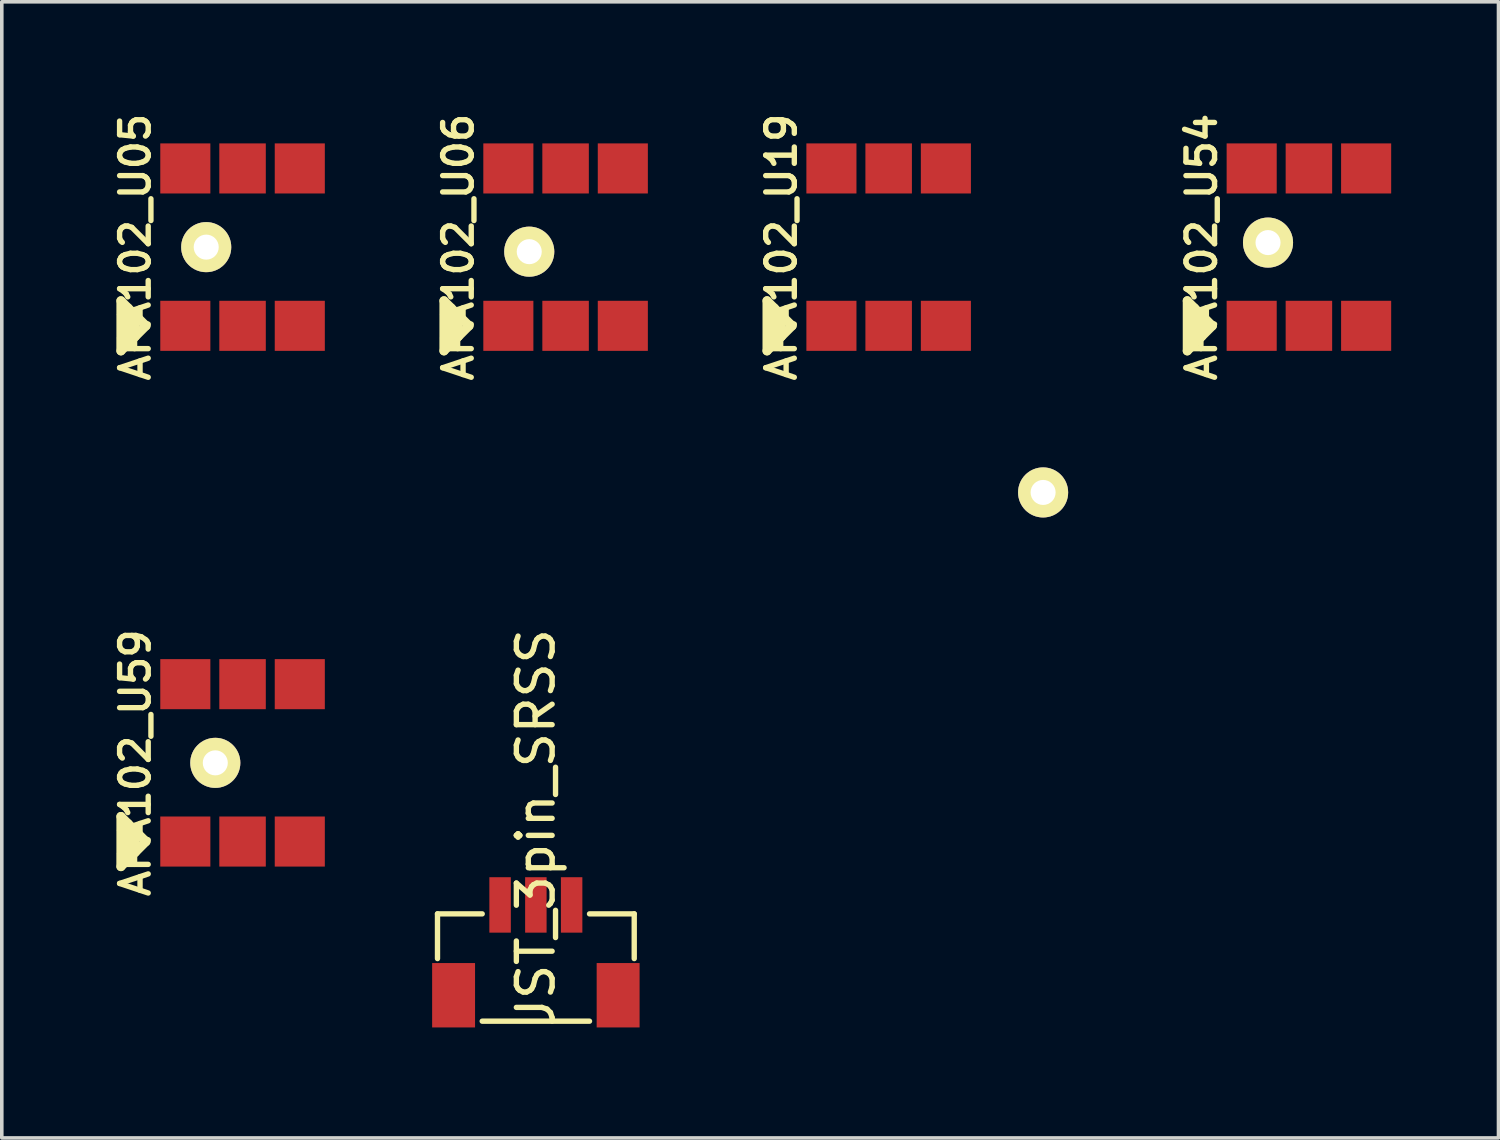
<source format=kicad_pcb>
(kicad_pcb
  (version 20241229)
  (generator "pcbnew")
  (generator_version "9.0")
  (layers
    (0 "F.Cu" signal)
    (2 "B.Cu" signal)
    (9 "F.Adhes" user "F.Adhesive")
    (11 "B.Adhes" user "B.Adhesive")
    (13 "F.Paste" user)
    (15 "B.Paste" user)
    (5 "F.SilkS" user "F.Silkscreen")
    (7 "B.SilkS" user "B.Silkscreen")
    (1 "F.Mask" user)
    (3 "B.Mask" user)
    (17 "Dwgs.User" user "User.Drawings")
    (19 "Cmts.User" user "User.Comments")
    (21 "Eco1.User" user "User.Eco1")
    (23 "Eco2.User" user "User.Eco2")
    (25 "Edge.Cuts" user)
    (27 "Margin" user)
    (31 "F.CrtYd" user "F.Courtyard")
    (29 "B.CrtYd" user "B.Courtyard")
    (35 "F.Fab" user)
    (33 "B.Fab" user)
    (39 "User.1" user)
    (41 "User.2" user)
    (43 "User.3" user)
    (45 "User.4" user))
  (footprint "APA102_U06"
    (layer "F.Cu")
    (at 12.762 3.859)
    (property "Reference" "APA102_U06" (at -3 0 90) (layer "F.SilkS") (effects (font (size 0.8 0.8) (thickness 0.15))))
    (attr through_hole)
    (fp_line (start -3.4 1.5) (end -3.4 2.9) (stroke (width 0.254) (type solid)) (layer "F.SilkS"))
    (fp_line (start -3.4 2.9) (end -2.7 2.2) (stroke (width 0.254) (type solid)) (layer "F.SilkS"))
    (fp_line (start -3.2 1.7) (end -3.2 2.7) (stroke (width 0.254) (type solid)) (layer "F.SilkS"))
    (fp_line (start -3 1.9) (end -3 2.5) (stroke (width 0.254) (type solid)) (layer "F.SilkS"))
    (fp_line (start -2.7 2.2) (end -3.4 1.5) (stroke (width 0.254) (type solid)) (layer "F.SilkS"))
    (pad "1" smd rect (at -1.6 2.2 90) (size 1.4 1.4) (layers "F.Cu" "F.Mask" "F.Paste"))
    (pad "2" smd rect (at 0 2.2 90) (size 1.4 1.3) (layers "F.Cu" "F.Mask" "F.Paste"))
    (pad "3" thru_hole circle (at -1.016 0.127) (size 1.4 1.4) (drill 0.7) (layers "*.Cu" "*.Mask" "F.SilkS"))
    (pad "3" smd rect (at 1.6 2.2 90) (size 1.4 1.4) (layers "F.Cu" "F.Mask" "F.Paste"))
    (pad "4" smd rect (at 1.6 -2.2 90) (size 1.4 1.4) (layers "F.Cu" "F.Mask" "F.Paste"))
    (pad "5" smd rect (at 0 -2.2 90) (size 1.4 1.3) (layers "F.Cu" "F.Mask" "F.Paste"))
    (pad "6" smd rect (at -1.6 -2.2 90) (size 1.4 1.4) (layers "F.Cu" "F.Mask" "F.Paste")))
  (footprint "APA102_U19"
    (layer "F.Cu")
    (at 21.794 3.859)
    (property "Reference" "APA102_U19" (at -3 0 90) (layer "F.SilkS") (effects (font (size 0.8 0.8) (thickness 0.15))))
    (attr through_hole)
    (fp_line (start -3.4 1.5) (end -3.4 2.9) (stroke (width 0.254) (type solid)) (layer "F.SilkS"))
    (fp_line (start -3.4 2.9) (end -2.7 2.2) (stroke (width 0.254) (type solid)) (layer "F.SilkS"))
    (fp_line (start -3.2 1.7) (end -3.2 2.7) (stroke (width 0.254) (type solid)) (layer "F.SilkS"))
    (fp_line (start -3 1.9) (end -3 2.5) (stroke (width 0.254) (type solid)) (layer "F.SilkS"))
    (fp_line (start -2.7 2.2) (end -3.4 1.5) (stroke (width 0.254) (type solid)) (layer "F.SilkS"))
    (pad "1" smd rect (at -1.6 2.2 90) (size 1.4 1.4) (layers "F.Cu" "F.Mask" "F.Paste"))
    (pad "2" smd rect (at 0 2.2 90) (size 1.4 1.3) (layers "F.Cu" "F.Mask" "F.Paste"))
    (pad "3" smd rect (at 1.6 2.2 90) (size 1.4 1.4) (layers "F.Cu" "F.Mask" "F.Paste"))
    (pad "3" thru_hole circle (at 4.318 6.858) (size 1.4 1.4) (drill 0.7) (layers "*.Cu" "*.Mask" "F.SilkS"))
    (pad "4" smd rect (at 1.6 -2.2 90) (size 1.4 1.4) (layers "F.Cu" "F.Mask" "F.Paste"))
    (pad "5" smd rect (at 0 -2.2 90) (size 1.4 1.3) (layers "F.Cu" "F.Mask" "F.Paste"))
    (pad "6" smd rect (at -1.6 -2.2 90) (size 1.4 1.4) (layers "F.Cu" "F.Mask" "F.Paste")))
  (footprint "JST_3pin_SRSS"
    (layer "F.Cu")
    (at 11.931 22.249)
    (property "Reference" "JST_3pin_SRSS" (at 0 -2.159 270) (layer "F.SilkS") (effects (font (size 1 1) (thickness 0.15))))
    (attr through_hole)
    (fp_line (start -2.75 0.25) (end -1.5 0.25) (stroke (width 0.15) (type solid)) (layer "F.SilkS"))
    (fp_line (start -2.75 1.5) (end -2.75 0.25) (stroke (width 0.15) (type solid)) (layer "F.SilkS"))
    (fp_line (start 1.5 0.25) (end 2.75 0.25) (stroke (width 0.15) (type solid)) (layer "F.SilkS"))
    (fp_line (start 1.5 3.25) (end -1.5 3.25) (stroke (width 0.15) (type solid)) (layer "F.SilkS"))
    (fp_line (start 2.75 0.25) (end 2.75 1.5) (stroke (width 0.15) (type solid)) (layer "F.SilkS"))
    (pad "1" smd rect (at -1 0) (size 0.6 1.55) (layers "F.Cu" "F.Mask" "F.Paste"))
    (pad "2" smd rect (at 0 0) (size 0.6 1.55) (layers "F.Cu" "F.Mask" "F.Paste"))
    (pad "3" smd rect (at 1 0) (size 0.6 1.55) (layers "F.Cu" "F.Mask" "F.Paste"))
    (pad "4" smd rect (at 2.3 2.525) (size 1.2 1.8) (layers "F.Cu" "F.Mask" "F.Paste"))
    (pad "5" smd rect (at -2.3 2.525) (size 1.2 1.8) (layers "F.Cu" "F.Mask" "F.Paste")))
  (footprint "APA102_U54"
    (layer "F.Cu")
    (at 33.543 3.859)
    (property "Reference" "APA102_U54" (at -3 0 90) (layer "F.SilkS") (effects (font (size 0.8 0.8) (thickness 0.15))))
    (attr through_hole)
    (fp_line (start -3.4 1.5) (end -3.4 2.9) (stroke (width 0.254) (type solid)) (layer "F.SilkS"))
    (fp_line (start -3.4 2.9) (end -2.7 2.2) (stroke (width 0.254) (type solid)) (layer "F.SilkS"))
    (fp_line (start -3.2 1.7) (end -3.2 2.7) (stroke (width 0.254) (type solid)) (layer "F.SilkS"))
    (fp_line (start -3 1.9) (end -3 2.5) (stroke (width 0.254) (type solid)) (layer "F.SilkS"))
    (fp_line (start -2.7 2.2) (end -3.4 1.5) (stroke (width 0.254) (type solid)) (layer "F.SilkS"))
    (pad "1" smd rect (at -1.6 2.2 90) (size 1.4 1.4) (layers "F.Cu" "F.Mask" "F.Paste"))
    (pad "2" smd rect (at 0 2.2 90) (size 1.4 1.3) (layers "F.Cu" "F.Mask" "F.Paste"))
    (pad "3" thru_hole circle (at -1.143 -0.127) (size 1.4 1.4) (drill 0.7) (layers "*.Cu" "*.Mask" "F.SilkS"))
    (pad "3" smd rect (at 1.6 2.2 90) (size 1.4 1.4) (layers "F.Cu" "F.Mask" "F.Paste"))
    (pad "4" smd rect (at 1.6 -2.2 90) (size 1.4 1.4) (layers "F.Cu" "F.Mask" "F.Paste"))
    (pad "5" smd rect (at 0 -2.2 90) (size 1.4 1.3) (layers "F.Cu" "F.Mask" "F.Paste"))
    (pad "6" smd rect (at -1.6 -2.2 90) (size 1.4 1.4) (layers "F.Cu" "F.Mask" "F.Paste")))
  (footprint "APA102_U05"
    (layer "F.Cu")
    (at 3.731 3.859)
    (property "Reference" "APA102_U05" (at -3 0 90) (layer "F.SilkS") (effects (font (size 0.8 0.8) (thickness 0.15))))
    (attr through_hole)
    (fp_line (start -3.4 1.5) (end -3.4 2.9) (stroke (width 0.254) (type solid)) (layer "F.SilkS"))
    (fp_line (start -3.4 2.9) (end -2.7 2.2) (stroke (width 0.254) (type solid)) (layer "F.SilkS"))
    (fp_line (start -3.2 1.7) (end -3.2 2.7) (stroke (width 0.254) (type solid)) (layer "F.SilkS"))
    (fp_line (start -3 1.9) (end -3 2.5) (stroke (width 0.254) (type solid)) (layer "F.SilkS"))
    (fp_line (start -2.7 2.2) (end -3.4 1.5) (stroke (width 0.254) (type solid)) (layer "F.SilkS"))
    (pad "1" smd rect (at -1.6 2.2 90) (size 1.4 1.4) (layers "F.Cu" "F.Mask" "F.Paste"))
    (pad "2" smd rect (at 0 2.2 90) (size 1.4 1.3) (layers "F.Cu" "F.Mask" "F.Paste"))
    (pad "3" thru_hole circle (at -1.016 0) (size 1.4 1.4) (drill 0.7) (layers "*.Cu" "*.Mask" "F.SilkS"))
    (pad "3" smd rect (at 1.6 2.2 90) (size 1.4 1.4) (layers "F.Cu" "F.Mask" "F.Paste"))
    (pad "4" smd rect (at 1.6 -2.2 90) (size 1.4 1.4) (layers "F.Cu" "F.Mask" "F.Paste"))
    (pad "5" smd rect (at 0 -2.2 90) (size 1.4 1.3) (layers "F.Cu" "F.Mask" "F.Paste"))
    (pad "6" smd rect (at -1.6 -2.2 90) (size 1.4 1.4) (layers "F.Cu" "F.Mask" "F.Paste")))
  (footprint "APA102_U59"
    (layer "F.Cu")
    (at 3.731 18.277)
    (property "Reference" "APA102_U59" (at -3 0 90) (layer "F.SilkS") (effects (font (size 0.8 0.8) (thickness 0.15))))
    (attr through_hole)
    (fp_line (start -3.4 1.5) (end -3.4 2.9) (stroke (width 0.254) (type solid)) (layer "F.SilkS"))
    (fp_line (start -3.4 2.9) (end -2.7 2.2) (stroke (width 0.254) (type solid)) (layer "F.SilkS"))
    (fp_line (start -3.2 1.7) (end -3.2 2.7) (stroke (width 0.254) (type solid)) (layer "F.SilkS"))
    (fp_line (start -3 1.9) (end -3 2.5) (stroke (width 0.254) (type solid)) (layer "F.SilkS"))
    (fp_line (start -2.7 2.2) (end -3.4 1.5) (stroke (width 0.254) (type solid)) (layer "F.SilkS"))
    (pad "1" smd rect (at -1.6 2.2 90) (size 1.4 1.4) (layers "F.Cu" "F.Mask" "F.Paste"))
    (pad "2" smd rect (at 0 2.2 90) (size 1.4 1.3) (layers "F.Cu" "F.Mask" "F.Paste"))
    (pad "3" thru_hole circle (at -0.762 0) (size 1.4 1.4) (drill 0.7) (layers "*.Cu" "*.Mask" "F.SilkS"))
    (pad "3" smd rect (at 1.6 2.2 90) (size 1.4 1.4) (layers "F.Cu" "F.Mask" "F.Paste"))
    (pad "4" smd rect (at 1.6 -2.2 90) (size 1.4 1.4) (layers "F.Cu" "F.Mask" "F.Paste"))
    (pad "5" smd rect (at 0 -2.2 90) (size 1.4 1.3) (layers "F.Cu" "F.Mask" "F.Paste"))
    (pad "6" smd rect (at -1.6 -2.2 90) (size 1.4 1.4) (layers "F.Cu" "F.Mask" "F.Paste")))
  (gr_rect
    (start -3 -3)
    (end 38.843 28.763)
    (stroke (width 0.1) (type default))
    (fill no)
    (layer "Edge.Cuts")))
</source>
